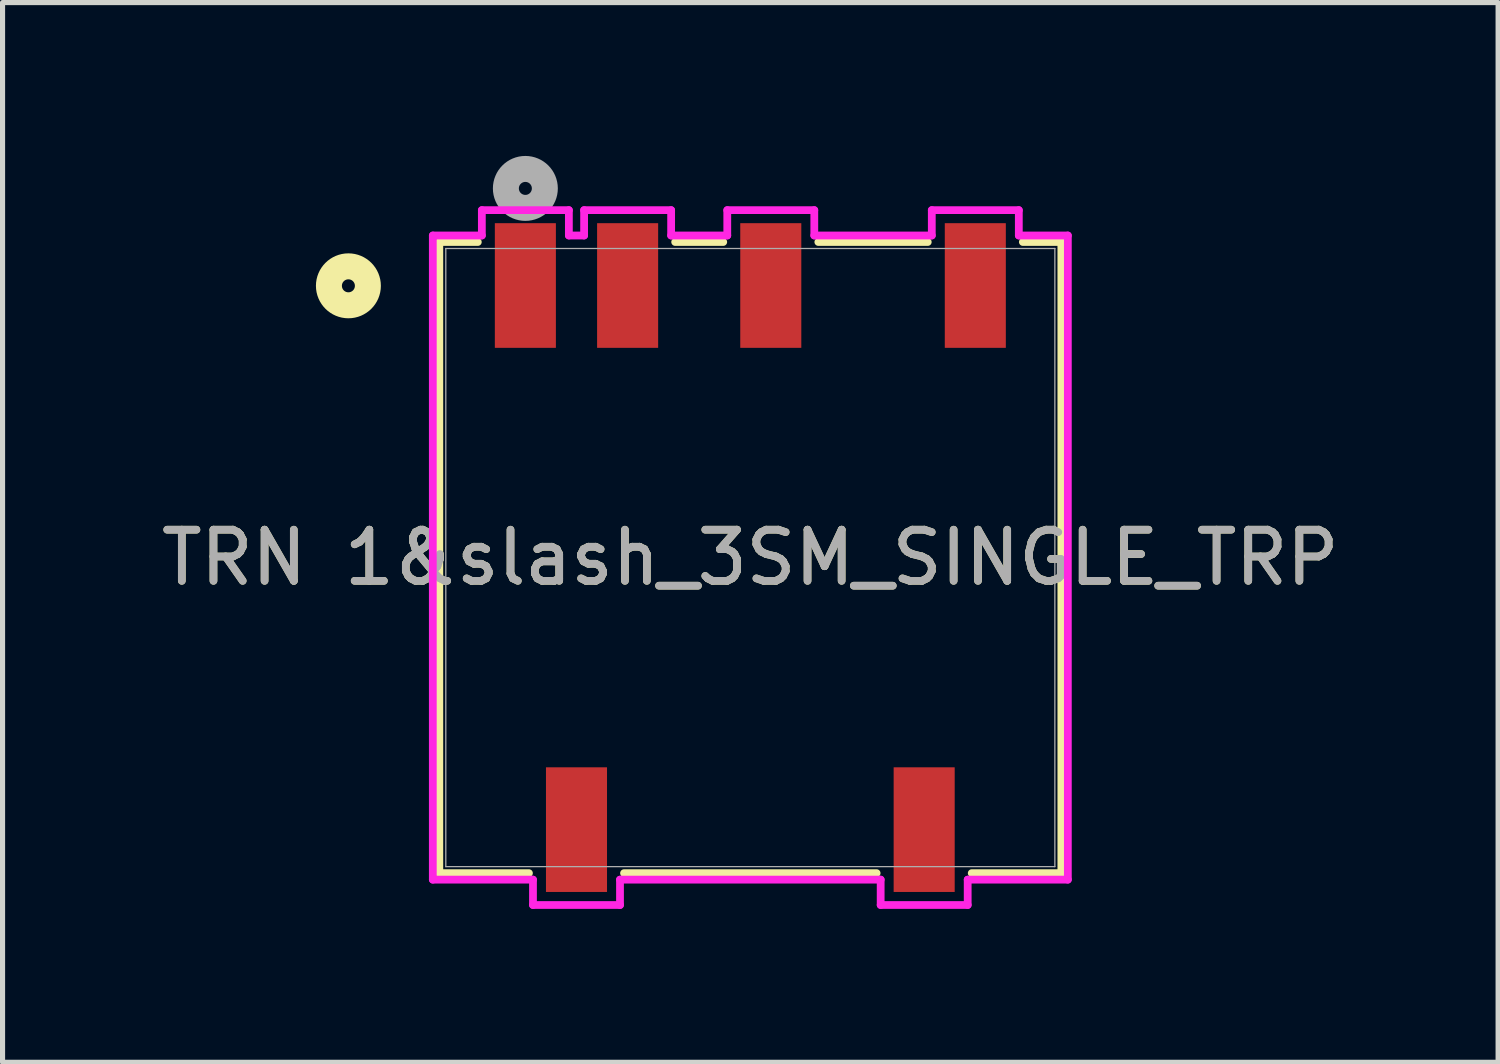
<source format=kicad_pcb>
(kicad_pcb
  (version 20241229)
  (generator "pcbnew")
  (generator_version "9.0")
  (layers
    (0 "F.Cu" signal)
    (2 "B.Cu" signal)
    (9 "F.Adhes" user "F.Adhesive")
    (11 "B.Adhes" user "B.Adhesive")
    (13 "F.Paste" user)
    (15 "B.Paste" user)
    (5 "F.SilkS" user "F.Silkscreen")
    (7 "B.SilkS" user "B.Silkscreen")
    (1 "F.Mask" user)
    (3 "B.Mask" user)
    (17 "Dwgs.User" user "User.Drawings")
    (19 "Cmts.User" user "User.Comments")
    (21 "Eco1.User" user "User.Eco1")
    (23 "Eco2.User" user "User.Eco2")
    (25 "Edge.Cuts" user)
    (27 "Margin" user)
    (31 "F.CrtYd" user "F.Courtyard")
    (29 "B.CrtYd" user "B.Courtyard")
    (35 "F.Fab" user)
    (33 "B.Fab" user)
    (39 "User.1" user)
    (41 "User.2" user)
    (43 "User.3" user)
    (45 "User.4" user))
  (footprint "TRN 1&slash_3SM_SINGLE_TRP"
    (layer "F.Cu")
    (at 11.625 7.855)
    (property "Reference" "TRN 1&slash_3SM_SINGLE_TRP" (at 0 0 0) (unlocked yes) (layer "F.SilkS") (effects (font (size 1 1) (thickness 0.15))))
    (attr smd)
    (fp_line (start -6.083 -6.172) (end -5.33 -6.172) (stroke (width 0.152) (type solid)) (layer "F.SilkS"))
    (fp_line (start -6.083 6.172) (end -6.083 -6.172) (stroke (width 0.152) (type solid)) (layer "F.SilkS"))
    (fp_line (start -4.33 6.172) (end -6.083 6.172) (stroke (width 0.152) (type solid)) (layer "F.SilkS"))
    (fp_line (start -1.47 -6.172) (end -0.53 -6.172) (stroke (width 0.152) (type solid)) (layer "F.SilkS"))
    (fp_line (start 1.33 -6.172) (end 3.47 -6.172) (stroke (width 0.152) (type solid)) (layer "F.SilkS"))
    (fp_line (start 2.47 6.172) (end -2.47 6.172) (stroke (width 0.152) (type solid)) (layer "F.SilkS"))
    (fp_line (start 5.33 -6.172) (end 6.083 -6.172) (stroke (width 0.152) (type solid)) (layer "F.SilkS"))
    (fp_line (start 6.083 -6.172) (end 6.083 6.172) (stroke (width 0.152) (type solid)) (layer "F.SilkS"))
    (fp_line (start 6.083 6.172) (end 4.33 6.172) (stroke (width 0.152) (type solid)) (layer "F.SilkS"))
    (fp_circle (center -7.861 -5.315) (end -7.48 -5.315) (stroke (width 0.508) (type solid)) (fill no) (layer "F.SilkS"))
    (fp_line (start -6.21 -6.299) (end -6.21 6.299) (stroke (width 0.152) (type solid)) (layer "F.CrtYd"))
    (fp_line (start -6.21 6.299) (end -4.251 6.299) (stroke (width 0.152) (type solid)) (layer "F.CrtYd"))
    (fp_line (start -5.251 -6.795) (end -5.251 -6.299) (stroke (width 0.152) (type solid)) (layer "F.CrtYd"))
    (fp_line (start -5.251 -6.299) (end -6.21 -6.299) (stroke (width 0.152) (type solid)) (layer "F.CrtYd"))
    (fp_line (start -4.251 6.299) (end -4.251 6.795) (stroke (width 0.152) (type solid)) (layer "F.CrtYd"))
    (fp_line (start -4.251 6.795) (end -2.549 6.795) (stroke (width 0.152) (type solid)) (layer "F.CrtYd"))
    (fp_line (start -3.549 -6.795) (end -5.251 -6.795) (stroke (width 0.152) (type solid)) (layer "F.CrtYd"))
    (fp_line (start -3.549 -6.299) (end -3.549 -6.795) (stroke (width 0.152) (type solid)) (layer "F.CrtYd"))
    (fp_line (start -3.251 -6.795) (end -3.251 -6.299) (stroke (width 0.152) (type solid)) (layer "F.CrtYd"))
    (fp_line (start -3.251 -6.299) (end -3.549 -6.299) (stroke (width 0.152) (type solid)) (layer "F.CrtYd"))
    (fp_line (start -2.549 6.299) (end 2.549 6.299) (stroke (width 0.152) (type solid)) (layer "F.CrtYd"))
    (fp_line (start -2.549 6.795) (end -2.549 6.299) (stroke (width 0.152) (type solid)) (layer "F.CrtYd"))
    (fp_line (start -1.549 -6.795) (end -3.251 -6.795) (stroke (width 0.152) (type solid)) (layer "F.CrtYd"))
    (fp_line (start -1.549 -6.299) (end -1.549 -6.795) (stroke (width 0.152) (type solid)) (layer "F.CrtYd"))
    (fp_line (start -0.451 -6.795) (end -0.451 -6.299) (stroke (width 0.152) (type solid)) (layer "F.CrtYd"))
    (fp_line (start -0.451 -6.299) (end -1.549 -6.299) (stroke (width 0.152) (type solid)) (layer "F.CrtYd"))
    (fp_line (start 1.251 -6.795) (end -0.451 -6.795) (stroke (width 0.152) (type solid)) (layer "F.CrtYd"))
    (fp_line (start 1.251 -6.299) (end 1.251 -6.795) (stroke (width 0.152) (type solid)) (layer "F.CrtYd"))
    (fp_line (start 2.549 6.299) (end 2.549 6.795) (stroke (width 0.152) (type solid)) (layer "F.CrtYd"))
    (fp_line (start 2.549 6.795) (end 4.251 6.795) (stroke (width 0.152) (type solid)) (layer "F.CrtYd"))
    (fp_line (start 3.549 -6.795) (end 3.549 -6.299) (stroke (width 0.152) (type solid)) (layer "F.CrtYd"))
    (fp_line (start 3.549 -6.299) (end 1.251 -6.299) (stroke (width 0.152) (type solid)) (layer "F.CrtYd"))
    (fp_line (start 4.251 6.299) (end 6.21 6.299) (stroke (width 0.152) (type solid)) (layer "F.CrtYd"))
    (fp_line (start 4.251 6.795) (end 4.251 6.299) (stroke (width 0.152) (type solid)) (layer "F.CrtYd"))
    (fp_line (start 5.251 -6.795) (end 3.549 -6.795) (stroke (width 0.152) (type solid)) (layer "F.CrtYd"))
    (fp_line (start 5.251 -6.299) (end 5.251 -6.795) (stroke (width 0.152) (type solid)) (layer "F.CrtYd"))
    (fp_line (start 6.21 -6.299) (end 5.251 -6.299) (stroke (width 0.152) (type solid)) (layer "F.CrtYd"))
    (fp_line (start 6.21 6.299) (end 6.21 -6.299) (stroke (width 0.152) (type solid)) (layer "F.CrtYd"))
    (fp_line (start -5.956 -6.045) (end -5.956 6.045) (stroke (width 0.025) (type solid)) (layer "F.Fab"))
    (fp_line (start -5.956 6.045) (end 5.956 6.045) (stroke (width 0.025) (type solid)) (layer "F.Fab"))
    (fp_line (start 5.956 -6.045) (end -5.956 -6.045) (stroke (width 0.025) (type solid)) (layer "F.Fab"))
    (fp_line (start 5.956 6.045) (end 5.956 -6.045) (stroke (width 0.025) (type solid)) (layer "F.Fab"))
    (fp_circle (center -4.4 -7.22) (end -4.019 -7.22) (stroke (width 0.508) (type solid)) (fill no) (layer "F.Fab"))
    (fp_text user "${REFERENCE}" (at 0 0 0) (unlocked yes) (layer "F.Fab") (effects (font (size 1 1) (thickness 0.15))))
    (pad "1" smd rect (at -4.4 -5.321) (size 1.194 2.438) (layers "F.Cu" "F.Mask" "F.Paste"))
    (pad "2" smd rect (at -2.4 -5.321) (size 1.194 2.438) (layers "F.Cu" "F.Mask" "F.Paste"))
    (pad "3" smd rect (at 0.4 -5.321) (size 1.194 2.438) (layers "F.Cu" "F.Mask" "F.Paste"))
    (pad "5" smd rect (at 4.4 -5.321) (size 1.194 2.438) (layers "F.Cu" "F.Mask" "F.Paste"))
    (pad "6" smd rect (at -3.4 5.321) (size 1.194 2.438) (layers "F.Cu" "F.Mask" "F.Paste"))
    (pad "7" smd rect (at 3.4 5.321) (size 1.194 2.438) (layers "F.Cu" "F.Mask" "F.Paste")))
  (gr_rect
    (start -3 -3)
    (end 26.25 17.726)
    (stroke (width 0.1) (type default))
    (fill no)
    (layer "Edge.Cuts")))
</source>
